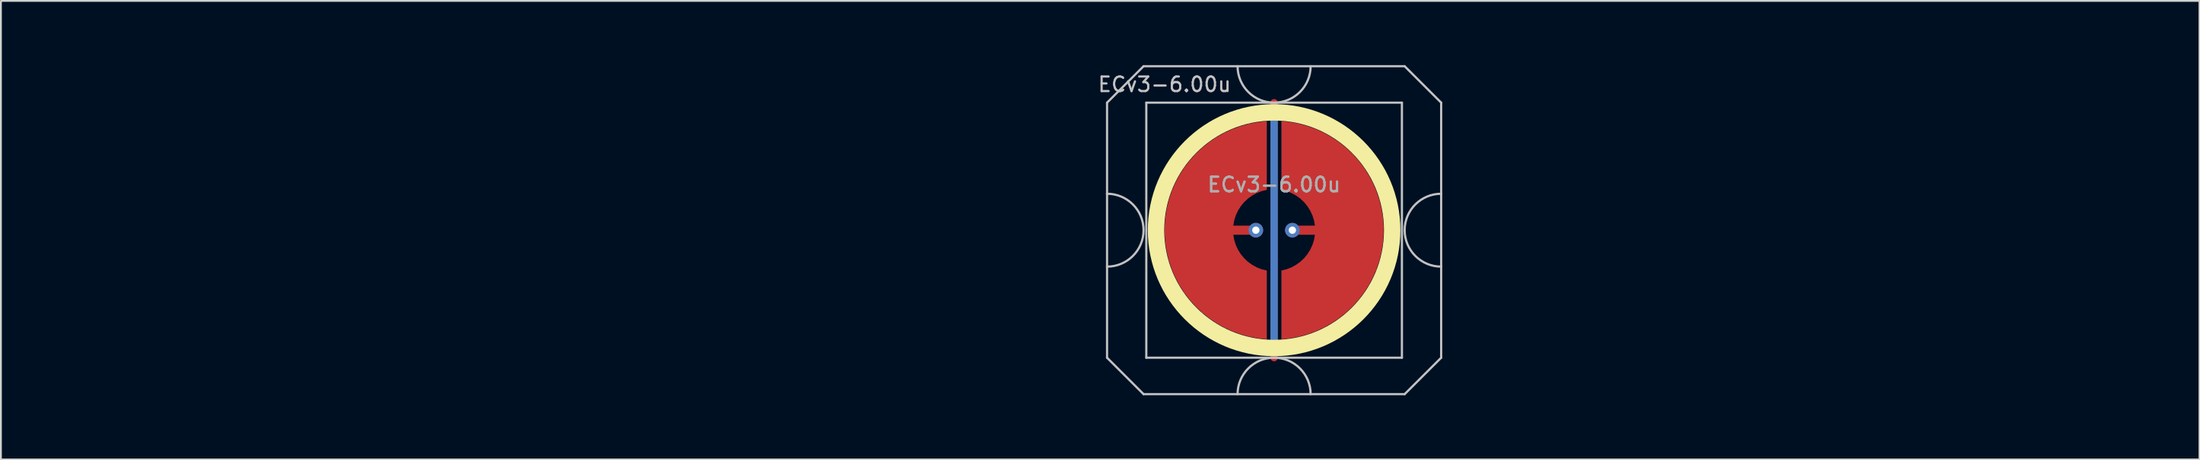
<source format=kicad_pcb>
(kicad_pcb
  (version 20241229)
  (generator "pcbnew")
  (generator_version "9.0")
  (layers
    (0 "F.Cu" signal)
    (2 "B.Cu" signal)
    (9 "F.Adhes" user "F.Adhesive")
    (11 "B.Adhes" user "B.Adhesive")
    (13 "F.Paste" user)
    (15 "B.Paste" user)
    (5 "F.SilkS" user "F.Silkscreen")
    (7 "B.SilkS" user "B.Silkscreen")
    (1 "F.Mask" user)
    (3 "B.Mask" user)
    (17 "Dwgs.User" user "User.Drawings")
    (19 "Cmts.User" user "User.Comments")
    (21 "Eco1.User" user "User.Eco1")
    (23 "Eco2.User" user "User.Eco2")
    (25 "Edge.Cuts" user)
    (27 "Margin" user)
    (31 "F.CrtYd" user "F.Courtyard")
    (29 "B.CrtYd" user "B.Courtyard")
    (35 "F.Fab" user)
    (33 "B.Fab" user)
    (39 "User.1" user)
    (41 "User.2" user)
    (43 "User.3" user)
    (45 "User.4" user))
  (footprint "ECv3-6.00u"
    (layer "F.Cu")
    (at 57.21 9.585)
    (property "Reference" "ECv3-6.00u" (at 3.525 -8 0) (layer "Dwgs.User") (effects (font (size 0.8 0.8) (thickness 0.12))))
    (attr through_hole exclude_from_pos_files exclude_from_bom)
    (fp_circle (center 9.525 0) (end 15.992 0) (stroke (width 0.9) (type solid)) (fill no) (layer "F.SilkS"))
    (fp_line (start 0.375 -7) (end 0.375 -2) (stroke (width 0.12) (type solid)) (layer "Dwgs.User"))
    (fp_line (start 0.375 -2) (end 0.375 2) (stroke (width 0.12) (type solid)) (layer "Dwgs.User"))
    (fp_line (start 0.375 2) (end 0.375 7) (stroke (width 0.12) (type solid)) (layer "Dwgs.User"))
    (fp_line (start 0.375 7) (end 2.375 9) (stroke (width 0.12) (type solid)) (layer "Dwgs.User"))
    (fp_line (start 2.375 -9) (end 0.375 -7) (stroke (width 0.12) (type solid)) (layer "Dwgs.User"))
    (fp_line (start 2.375 9) (end 16.675 9) (stroke (width 0.12) (type solid)) (layer "Dwgs.User"))
    (fp_line (start 2.525 -7) (end 2.525 7) (stroke (width 0.12) (type solid)) (layer "Dwgs.User"))
    (fp_line (start 2.525 7) (end 16.525 7) (stroke (width 0.12) (type solid)) (layer "Dwgs.User"))
    (fp_line (start 16.525 -7) (end 2.525 -7) (stroke (width 0.12) (type solid)) (layer "Dwgs.User"))
    (fp_line (start 16.525 7) (end 16.525 -7) (stroke (width 0.12) (type solid)) (layer "Dwgs.User"))
    (fp_line (start 16.675 -9) (end 2.375 -9) (stroke (width 0.12) (type solid)) (layer "Dwgs.User"))
    (fp_line (start 16.675 -9) (end 18.675 -7) (stroke (width 0.12) (type solid)) (layer "Dwgs.User"))
    (fp_line (start 16.675 9) (end 18.675 7) (stroke (width 0.12) (type solid)) (layer "Dwgs.User"))
    (fp_line (start 18.675 -2) (end 18.675 -7) (stroke (width 0.12) (type solid)) (layer "Dwgs.User"))
    (fp_line (start 18.675 -2) (end 18.675 2) (stroke (width 0.12) (type solid)) (layer "Dwgs.User"))
    (fp_line (start 18.675 7) (end 18.675 2) (stroke (width 0.12) (type solid)) (layer "Dwgs.User"))
    (fp_arc (start 0.375 -2) (mid 2.375 0) (end 0.375 2) (stroke (width 0.12) (type solid)) (layer "Dwgs.User"))
    (fp_arc (start 7.525 9) (mid 9.525 7) (end 11.525 9) (stroke (width 0.12) (type solid)) (layer "Dwgs.User"))
    (fp_arc (start 11.525 -9) (mid 9.525 -7) (end 7.525 -9) (stroke (width 0.12) (type solid)) (layer "Dwgs.User"))
    (fp_arc (start 18.675 2) (mid 16.675 0) (end 18.675 -2) (stroke (width 0.12) (type solid)) (layer "Dwgs.User"))
    (fp_line (start -54.375 -6.5) (end -54.375 6.25) (stroke (width 0.12) (type default)) (layer "Eco1.User"))
    (fp_line (start -53.875 -7) (end -54.375 -6.5) (stroke (width 0.12) (type default)) (layer "Eco1.User"))
    (fp_line (start -53.875 -7) (end -41.375 -7) (stroke (width 0.12) (type default)) (layer "Eco1.User"))
    (fp_line (start -53.875 6.75) (end -54.375 6.25) (stroke (width 0.12) (type default)) (layer "Eco1.User"))
    (fp_line (start -53.875 6.75) (end -41.375 6.75) (stroke (width 0.12) (type default)) (layer "Eco1.User"))
    (fp_line (start -41.375 -7) (end -40.875 -6.5) (stroke (width 0.12) (type default)) (layer "Eco1.User"))
    (fp_line (start -40.875 -6.5) (end -40.875 6.25) (stroke (width 0.12) (type default)) (layer "Eco1.User"))
    (fp_line (start -40.875 6.25) (end -41.375 6.75) (stroke (width 0.12) (type default)) (layer "Eco1.User"))
    (fp_line (start 40.875 -6.5) (end 40.875 6.25) (stroke (width 0.12) (type default)) (layer "Eco1.User"))
    (fp_line (start 41.375 -7) (end 40.875 -6.5) (stroke (width 0.12) (type default)) (layer "Eco1.User"))
    (fp_line (start 41.375 -7) (end 53.875 -7) (stroke (width 0.12) (type default)) (layer "Eco1.User"))
    (fp_line (start 41.375 6.75) (end 40.875 6.25) (stroke (width 0.12) (type default)) (layer "Eco1.User"))
    (fp_line (start 41.375 6.75) (end 53.875 6.75) (stroke (width 0.12) (type default)) (layer "Eco1.User"))
    (fp_line (start 53.875 -7) (end 54.375 -6.5) (stroke (width 0.12) (type default)) (layer "Eco1.User"))
    (fp_line (start 54.375 -6.5) (end 54.375 6.25) (stroke (width 0.12) (type default)) (layer "Eco1.User"))
    (fp_line (start 54.375 6.25) (end 53.875 6.75) (stroke (width 0.12) (type default)) (layer "Eco1.User"))
    (fp_line (start -57.15 -9.525) (end -57.15 9.525) (stroke (width 0.12) (type solid)) (layer "User.2"))
    (fp_line (start -57.15 -9.525) (end 57.15 -9.525) (stroke (width 0.12) (type solid)) (layer "User.2"))
    (fp_line (start -57.15 9.525) (end 57.15 9.525) (stroke (width 0.12) (type solid)) (layer "User.2"))
    (fp_line (start 57.15 -9.525) (end 57.15 9.525) (stroke (width 0.12) (type solid)) (layer "User.2"))
    (fp_text user "${REFERENCE}" (at 9.525 -2.5 0) (layer "F.Fab") (effects (font (size 0.8 0.8) (thickness 0.12))))
    (fp_text user "${REFERENCE}" (at 9.525 -2.5 0) (layer "F.Fab") (effects (font (size 0.8 0.8) (thickness 0.12))))
    (pad "1" smd custom (at 8.525 0) (size 0.4 0.4) (layers "F.Cu") (options (anchor circle)) (primitives (gr_poly (pts (xy 0.6 -2.214) (xy 0.32 -2.145) (xy 0.052 -2.041) (xy -0.201 -1.903) (xy -0.434 -1.734) (xy -0.644 -1.536) (xy -0.826 -1.314) (xy -0.979 -1.07) (xy -1.1 -0.808) (xy -1.186 -0.534) (xy -1.236 -0.25) (xy 0 -0.25) (xy 0.096 -0.231) (xy 0.177 -0.177) (xy 0.231 -0.096) (xy 0.25 0) (xy 0.231 0.096) (xy 0.177 0.177) (xy 0.096 0.231) (xy 0 0.25) (xy -1.236 0.25) (xy -1.186 0.534) (xy -1.1 0.808) (xy -0.979 1.07) (xy -0.826 1.314) (xy -0.644 1.536) (xy -0.434 1.734) (xy -0.201 1.903) (xy 0.052 2.041) (xy 0.32 2.145) (xy 0.6 2.214) (xy 0.6 5.987) (xy 0.115 5.934) (xy -0.364 5.843) (xy -0.834 5.713) (xy -1.292 5.545) (xy -1.735 5.341) (xy -2.159 5.101) (xy -2.563 4.827) (xy -2.943 4.522) (xy -3.298 4.187) (xy -3.623 3.824) (xy -3.919 3.436) (xy -4.182 3.025) (xy -4.41 2.594) (xy -4.603 2.147) (xy -4.759 1.684) (xy -4.876 1.211) (xy -4.955 0.73) (xy -4.995 0.244) (xy -4.995 -0.244) (xy -4.955 -0.73) (xy -4.876 -1.211) (xy -4.759 -1.684) (xy -4.603 -2.147) (xy -4.41 -2.594) (xy -4.182 -3.025) (xy -3.919 -3.436) (xy -3.623 -3.824) (xy -3.298 -4.187) (xy -2.943 -4.522) (xy -2.563 -4.827) (xy -2.159 -5.101) (xy -1.735 -5.341) (xy -1.292 -5.545) (xy -0.834 -5.713) (xy -0.364 -5.843) (xy 0.115 -5.934) (xy 0.6 -5.987)) (width 0) (fill yes))))
    (pad "1" thru_hole circle (at 8.525 0) (size 0.8 0.8) (drill 0.4) (layers "*.Cu"))
    (pad "2" smd custom (at 10.525 0 180) (size 0.4 0.4) (layers "F.Cu") (options (anchor circle)) (primitives (gr_poly (pts (xy 0.6 -2.214) (xy 0.32 -2.145) (xy 0.052 -2.041) (xy -0.201 -1.903) (xy -0.434 -1.734) (xy -0.644 -1.536) (xy -0.826 -1.314) (xy -0.979 -1.07) (xy -1.1 -0.808) (xy -1.186 -0.534) (xy -1.236 -0.25) (xy 0 -0.25) (xy 0.096 -0.231) (xy 0.177 -0.177) (xy 0.231 -0.096) (xy 0.25 0) (xy 0.231 0.096) (xy 0.177 0.177) (xy 0.096 0.231) (xy 0 0.25) (xy -1.236 0.25) (xy -1.186 0.534) (xy -1.1 0.808) (xy -0.979 1.07) (xy -0.826 1.314) (xy -0.644 1.536) (xy -0.434 1.734) (xy -0.201 1.903) (xy 0.052 2.041) (xy 0.32 2.145) (xy 0.6 2.214) (xy 0.6 5.987) (xy 0.115 5.934) (xy -0.364 5.843) (xy -0.834 5.713) (xy -1.292 5.545) (xy -1.735 5.341) (xy -2.159 5.101) (xy -2.563 4.827) (xy -2.943 4.522) (xy -3.298 4.187) (xy -3.623 3.824) (xy -3.919 3.436) (xy -4.182 3.025) (xy -4.41 2.594) (xy -4.603 2.147) (xy -4.759 1.684) (xy -4.876 1.211) (xy -4.955 0.73) (xy -4.995 0.244) (xy -4.995 -0.244) (xy -4.955 -0.73) (xy -4.876 -1.211) (xy -4.759 -1.684) (xy -4.603 -2.147) (xy -4.41 -2.594) (xy -4.182 -3.025) (xy -3.919 -3.436) (xy -3.623 -3.824) (xy -3.298 -4.187) (xy -2.943 -4.522) (xy -2.563 -4.827) (xy -2.159 -5.101) (xy -1.735 -5.341) (xy -1.292 -5.545) (xy -0.834 -5.713) (xy -0.364 -5.843) (xy 0.115 -5.934) (xy 0.6 -5.987)) (width 0) (fill yes))))
    (pad "2" thru_hole circle (at 10.525 0) (size 0.8 0.8) (drill 0.4) (layers "*.Cu"))
    (pad "3" smd custom (at 9.525 0) (size 0.4 0.4) (layers "F.Cu") (options (anchor rect)) (primitives (gr_line (start 0 -7) (end 0 7) (width 0.4))))
    (pad "3" smd custom (at 9.525 0) (size 0.4 0.4) (layers "B.Cu") (options (anchor rect)) (primitives (gr_line (start 0 -6.5) (end 0 6.5) (width 0.4))))
    (zone (net_name "") (layer "F.Cu") (hatch edge 0.508) (connect_pads) (min_thickness 0.254) (filled_areas_thickness no) (keepout (tracks allowed) (vias allowed) (pads allowed) (copperpour not_allowed) (footprints allowed)) (placement (enabled no)) (fill) (polygon (pts (xy 73.74 9.585) (xy 73.721 9.072) (xy 73.665 8.562) (xy 73.571 8.057) (xy 73.441 7.56) (xy 73.275 7.075) (xy 73.073 6.602) (xy 72.838 6.146) (xy 72.57 5.709) (xy 72.27 5.292) (xy 71.941 4.898) (xy 71.583 4.529) (xy 71.2 4.188) (xy 70.793 3.875) (xy 70.364 3.593) (xy 69.915 3.344) (xy 69.45 3.127) (xy 68.969 2.946) (xy 68.477 2.8) (xy 67.975 2.691) (xy 67.467 2.618) (xy 66.955 2.584) (xy 66.442 2.586) (xy 65.93 2.627) (xy 65.422 2.704) (xy 64.922 2.819) (xy 64.431 2.97) (xy 63.953 3.156) (xy 63.49 3.377) (xy 63.044 3.632) (xy 62.618 3.918) (xy 62.214 4.235) (xy 61.834 4.58) (xy 61.481 4.953) (xy 61.155 5.35) (xy 60.86 5.77) (xy 60.597 6.21) (xy 60.366 6.669) (xy 60.169 7.143) (xy 60.008 7.631) (xy 59.883 8.129) (xy 59.795 8.634) (xy 59.744 9.145) (xy 59.73 9.658) (xy 59.755 10.171) (xy 59.816 10.681) (xy 59.915 11.185) (xy 60.051 11.68) (xy 60.222 12.164) (xy 60.428 12.634) (xy 60.669 13.087) (xy 60.941 13.522) (xy 61.245 13.936) (xy 61.579 14.326) (xy 61.94 14.691) (xy 62.327 15.029) (xy 62.737 15.337) (xy 63.169 15.614) (xy 63.62 15.859) (xy 64.088 16.071) (xy 64.57 16.247) (xy 65.064 16.388) (xy 65.567 16.492) (xy 66.076 16.559) (xy 66.588 16.588) (xy 67.102 16.58) (xy 67.613 16.535) (xy 68.12 16.452) (xy 68.619 16.332) (xy 69.108 16.176) (xy 69.584 15.984) (xy 70.045 15.758) (xy 70.488 15.499) (xy 70.911 15.209) (xy 71.312 14.888) (xy 71.688 14.538) (xy 72.038 14.162) (xy 72.359 13.761) (xy 72.649 13.338) (xy 72.908 12.895) (xy 73.134 12.434) (xy 73.326 11.958) (xy 73.482 11.469) (xy 73.602 10.97) (xy 73.685 10.463) (xy 73.73 9.952))))
    (zone (net_name "") (layer "B.Cu") (hatch edge 0.508) (connect_pads) (min_thickness 0.254) (filled_areas_thickness no) (keepout (tracks allowed) (vias allowed) (pads allowed) (copperpour not_allowed) (footprints allowed)) (placement (enabled no)) (fill) (polygon (pts (xy 73.293 9.585) (xy 73.273 9.07) (xy 73.213 8.559) (xy 73.112 8.054) (xy 72.972 7.558) (xy 72.794 7.075) (xy 72.578 6.608) (xy 72.327 6.158) (xy 72.041 5.73) (xy 71.722 5.326) (xy 71.372 4.948) (xy 70.994 4.598) (xy 70.59 4.279) (xy 70.162 3.993) (xy 69.712 3.742) (xy 69.245 3.526) (xy 68.762 3.348) (xy 68.266 3.208) (xy 67.761 3.107) (xy 67.25 3.047) (xy 66.735 3.027) (xy 66.22 3.047) (xy 65.709 3.107) (xy 65.204 3.208) (xy 64.708 3.348) (xy 64.225 3.526) (xy 63.758 3.742) (xy 63.308 3.993) (xy 62.88 4.279) (xy 62.476 4.598) (xy 62.098 4.948) (xy 61.748 5.326) (xy 61.429 5.73) (xy 61.143 6.158) (xy 60.892 6.608) (xy 60.676 7.075) (xy 60.498 7.558) (xy 60.358 8.054) (xy 60.257 8.559) (xy 60.197 9.07) (xy 60.177 9.585) (xy 60.197 10.1) (xy 60.257 10.611) (xy 60.358 11.116) (xy 60.498 11.612) (xy 60.676 12.095) (xy 60.892 12.562) (xy 61.143 13.012) (xy 61.429 13.44) (xy 61.748 13.844) (xy 62.098 14.222) (xy 62.476 14.572) (xy 62.88 14.891) (xy 63.308 15.177) (xy 63.758 15.428) (xy 64.225 15.644) (xy 64.708 15.822) (xy 65.204 15.962) (xy 65.709 16.063) (xy 66.22 16.123) (xy 66.735 16.143) (xy 67.25 16.123) (xy 67.761 16.063) (xy 68.266 15.962) (xy 68.762 15.822) (xy 69.245 15.644) (xy 69.712 15.428) (xy 70.162 15.177) (xy 70.59 14.891) (xy 70.994 14.572) (xy 71.372 14.222) (xy 71.722 13.844) (xy 72.041 13.44) (xy 72.327 13.012) (xy 72.578 12.562) (xy 72.794 12.095) (xy 72.972 11.612) (xy 73.112 11.116) (xy 73.213 10.611) (xy 73.273 10.1)))))
  (gr_rect
    (start -3 -3)
    (end 117.42 22.17)
    (stroke (width 0.1) (type default))
    (fill no)
    (layer "Edge.Cuts")))
</source>
